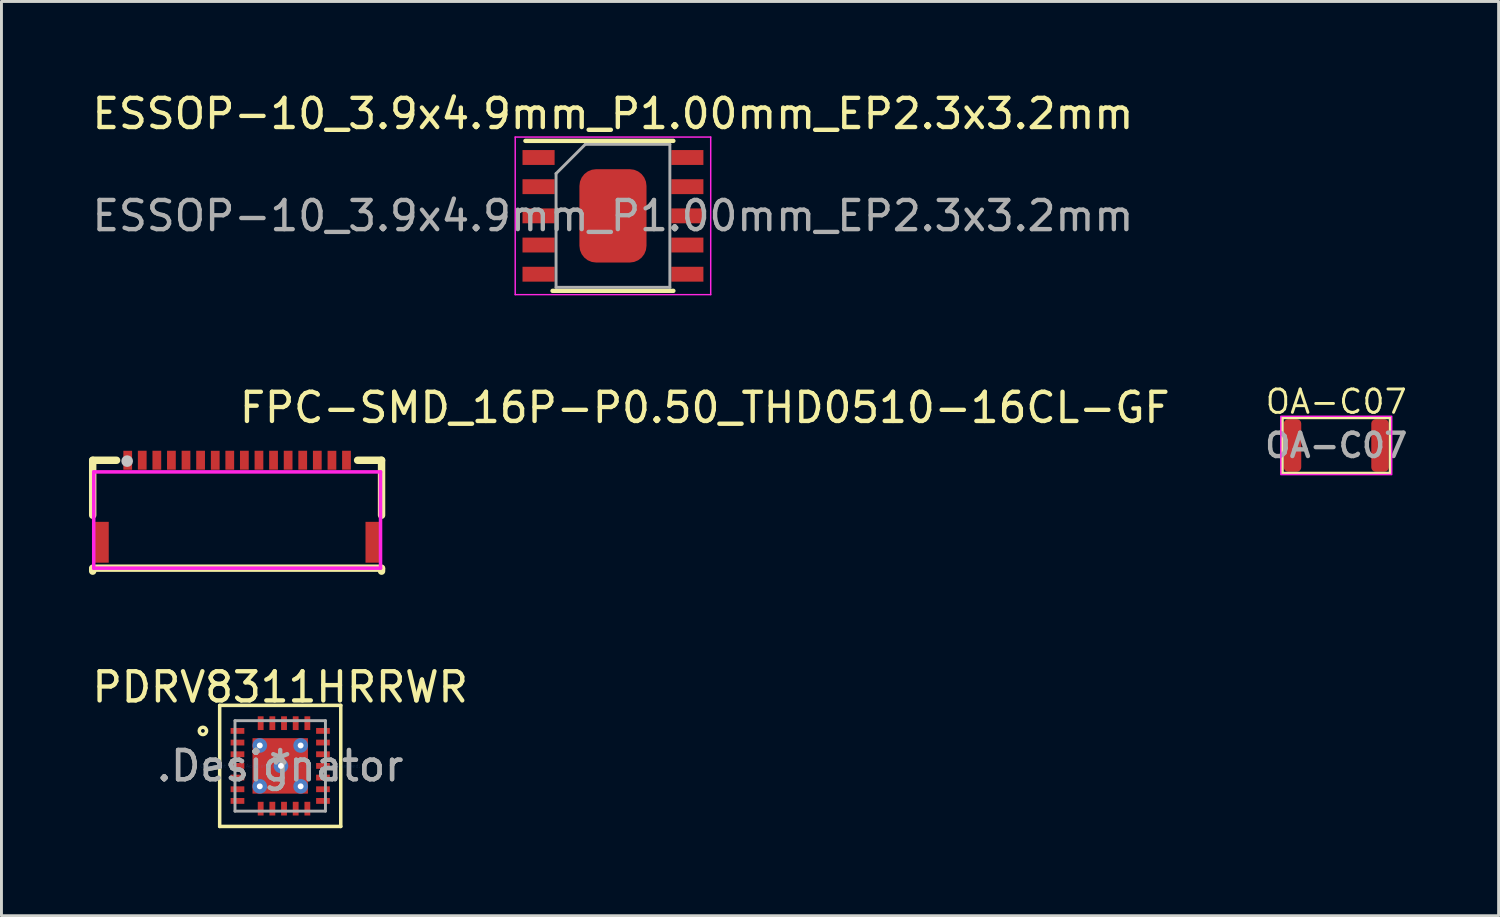
<source format=kicad_pcb>
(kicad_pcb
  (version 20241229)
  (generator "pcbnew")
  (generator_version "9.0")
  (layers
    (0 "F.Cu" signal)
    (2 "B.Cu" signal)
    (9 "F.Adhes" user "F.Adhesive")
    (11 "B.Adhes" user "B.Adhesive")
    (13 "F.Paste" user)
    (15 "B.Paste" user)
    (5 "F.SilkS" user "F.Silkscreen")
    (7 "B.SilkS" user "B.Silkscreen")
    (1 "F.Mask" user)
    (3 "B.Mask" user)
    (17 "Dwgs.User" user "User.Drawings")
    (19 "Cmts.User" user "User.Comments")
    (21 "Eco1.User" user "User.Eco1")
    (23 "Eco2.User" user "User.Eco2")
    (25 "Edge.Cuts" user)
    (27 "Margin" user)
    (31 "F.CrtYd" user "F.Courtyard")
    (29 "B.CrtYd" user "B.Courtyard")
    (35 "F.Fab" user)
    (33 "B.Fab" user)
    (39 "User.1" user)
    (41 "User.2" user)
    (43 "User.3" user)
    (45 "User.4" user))
  (footprint "OA-C07"
    (layer "F.Cu")
    (at 42.748 12.217)
    (property "Reference" "OA-C07" (at 0 -1.5 0) (unlocked yes) (layer "F.SilkS") (effects (font (size 0.8 0.8) (thickness 0.1))))
    (attr smd)
    (fp_rect (start 1.85 -0.95) (end -1.85 0.95) (stroke (width 0.1) (type default)) (fill no) (layer "F.SilkS"))
    (fp_rect (start -1.9 -1) (end 1.9 1) (stroke (width 0.05) (type default)) (fill no) (layer "F.CrtYd"))
    (fp_text user "${REFERENCE}" (at 0 0 0) (unlocked yes) (layer "F.Fab") (effects (font (size 0.8 0.8) (thickness 0.15))))
    (pad "1" smd roundrect (at -1.5 0 180) (size 0.6 1.8) (layers "F.Cu" "F.Mask" "F.Paste") (roundrect_rratio 0.25))
    (pad "2" smd roundrect (at 1.5 0) (size 0.6 1.8) (layers "F.Cu" "F.Mask" "F.Paste") (roundrect_rratio 0.25))
    (zone (net_name "") (layers "F.Cu" "B.Cu") (hatch edge 0.508) (connect_pads) (min_thickness 0.254) (filled_areas_thickness no) (keepout (tracks not_allowed) (vias not_allowed) (pads not_allowed) (copperpour not_allowed) (footprints not_allowed)) (placement (enabled no)) (fill) (polygon (pts (xy 43.748 13.217) (xy 43.748 11.217) (xy 41.748 11.217) (xy 41.748 13.217)))))
  (footprint "ESSOP-10_3.9x4.9mm_P1.00mm_EP2.3x3.2mm"
    (layer "F.Cu")
    (at 17.958 4.348)
    (property "Reference" "ESSOP-10_3.9x4.9mm_P1.00mm_EP2.3x3.2mm" (at 0 -3.5 0) (layer "F.SilkS") (effects (font (size 1 1) (thickness 0.15))))
    (attr smd)
    (fp_line (start -3 -2.57) (end 2.07 -2.57) (stroke (width 0.15) (type solid)) (layer "F.SilkS"))
    (fp_line (start -2.07 2.57) (end 2.07 2.57) (stroke (width 0.15) (type solid)) (layer "F.SilkS"))
    (fp_line (start -3.35 -2.7) (end -3.35 2.7) (stroke (width 0.05) (type solid)) (layer "F.CrtYd"))
    (fp_line (start -3.35 -2.7) (end 3.35 -2.7) (stroke (width 0.05) (type solid)) (layer "F.CrtYd"))
    (fp_line (start -3.35 2.7) (end 3.35 2.7) (stroke (width 0.05) (type solid)) (layer "F.CrtYd"))
    (fp_line (start 3.35 -2.7) (end 3.35 2.7) (stroke (width 0.05) (type solid)) (layer "F.CrtYd"))
    (fp_line (start -1.95 -1.45) (end -0.95 -2.45) (stroke (width 0.1) (type solid)) (layer "F.Fab"))
    (fp_line (start -1.95 2.45) (end -1.95 -1.45) (stroke (width 0.1) (type solid)) (layer "F.Fab"))
    (fp_line (start -0.95 -2.45) (end 1.95 -2.45) (stroke (width 0.1) (type solid)) (layer "F.Fab"))
    (fp_line (start 1.95 -2.45) (end 1.95 2.45) (stroke (width 0.1) (type solid)) (layer "F.Fab"))
    (fp_line (start 1.95 2.45) (end -1.95 2.45) (stroke (width 0.1) (type solid)) (layer "F.Fab"))
    (fp_text user "${REFERENCE}" (at 0 0 0) (layer "F.Fab") (effects (font (size 1 1) (thickness 0.15))))
    (pad "0" smd roundrect (at 0 0) (size 2.3 3.2) (layers "F.Cu" "F.Mask" "F.Paste") (roundrect_rratio 0.25))
    (pad "1" smd rect (at -2.55 -2) (size 1.1 0.51) (layers "F.Cu" "F.Mask" "F.Paste"))
    (pad "2" smd rect (at -2.55 -1) (size 1.1 0.51) (layers "F.Cu" "F.Mask" "F.Paste"))
    (pad "3" smd rect (at -2.55 0) (size 1.1 0.51) (layers "F.Cu" "F.Mask" "F.Paste"))
    (pad "4" smd rect (at -2.55 1) (size 1.1 0.51) (layers "F.Cu" "F.Mask" "F.Paste"))
    (pad "5" smd rect (at -2.55 2) (size 1.1 0.51) (layers "F.Cu" "F.Mask" "F.Paste"))
    (pad "6" smd rect (at 2.55 2) (size 1.1 0.51) (layers "F.Cu" "F.Mask" "F.Paste"))
    (pad "7" smd rect (at 2.55 1) (size 1.1 0.51) (layers "F.Cu" "F.Mask" "F.Paste"))
    (pad "8" smd rect (at 2.55 0) (size 1.1 0.51) (layers "F.Cu" "F.Mask" "F.Paste"))
    (pad "9" smd rect (at 2.55 -1) (size 1.1 0.51) (layers "F.Cu" "F.Mask" "F.Paste"))
    (pad "10" smd rect (at 2.55 -2) (size 1.1 0.51) (layers "F.Cu" "F.Mask" "F.Paste")))
  (footprint "PDRV8311HRRWR"
    (layer "F.Cu")
    (at 6.554 23.2)
    (property "Reference" "PDRV8311HRRWR" (at 0 -2.7 0) (layer "F.SilkS") (effects (font (size 1 1) (thickness 0.15))))
    (attr through_hole)
    (fp_line (start -2.075 -2.075) (end 2.075 -2.075) (stroke (width 0.12) (type solid)) (layer "F.SilkS"))
    (fp_line (start -2.075 2.075) (end -2.075 -2.075) (stroke (width 0.12) (type solid)) (layer "F.SilkS"))
    (fp_line (start -2.075 2.075) (end 2.075 2.075) (stroke (width 0.12) (type solid)) (layer "F.SilkS"))
    (fp_line (start 2.075 2.075) (end 2.075 -2.075) (stroke (width 0.12) (type solid)) (layer "F.SilkS"))
    (fp_circle (center -2.65 -1.2) (end -2.525 -1.2) (stroke (width 0.12) (type solid)) (fill no) (layer "F.SilkS"))
    (fp_poly (pts (xy -0.855 0.805) (xy -0.855 -0.805) (xy -0.805 -0.855) (xy 0.805 -0.855) (xy 0.855 -0.805) (xy 0.855 0.805) (xy 0.805 0.855) (xy -0.805 0.855)) (stroke (width 0.1) (type solid)) (fill yes) (layer "F.Paste"))
    (fp_line (start -1.55 -1.55) (end 1.55 -1.55) (stroke (width 0.1) (type solid)) (layer "F.Fab"))
    (fp_line (start -1.55 1.55) (end -1.55 -1.55) (stroke (width 0.1) (type solid)) (layer "F.Fab"))
    (fp_line (start -1.55 1.55) (end 1.55 1.55) (stroke (width 0.1) (type solid)) (layer "F.Fab"))
    (fp_line (start 1.55 1.55) (end 1.55 -1.55) (stroke (width 0.1) (type solid)) (layer "F.Fab"))
    (fp_text user "Copyright 2021 Accelerated Designs. All rights reserved." (at 0 0 0) (layer "Cmts.User") (effects (font (size 0.127 0.127) (thickness 0.002))))
    (fp_text user ".Designator" (at 0 0 0) (layer "F.Fab") (effects (font (size 1 1) (thickness 0.15))))
    (fp_text user "*" (at 0 0 0) (layer "F.Fab") (effects (font (size 1 1) (thickness 0.15))))
    (fp_text user ".Designator" (at 0 0 0) (layer "F.Fab") (effects (font (size 1 1) (thickness 0.15))))
    (pad "1" smd rect (at -1.465 -1.2 90) (size 0.2 0.47) (layers "F.Cu" "F.Mask" "F.Paste"))
    (pad "2" smd rect (at -1.465 -0.8 90) (size 0.2 0.47) (layers "F.Cu" "F.Mask" "F.Paste"))
    (pad "3" smd rect (at -1.465 -0.4 90) (size 0.2 0.47) (layers "F.Cu" "F.Mask" "F.Paste"))
    (pad "4" smd rect (at -1.465 0 90) (size 0.2 0.47) (layers "F.Cu" "F.Mask" "F.Paste"))
    (pad "5" smd rect (at -1.465 0.4 90) (size 0.2 0.47) (layers "F.Cu" "F.Mask" "F.Paste"))
    (pad "6" smd rect (at -1.465 0.8 90) (size 0.2 0.47) (layers "F.Cu" "F.Mask" "F.Paste"))
    (pad "7" smd rect (at -1.465 1.2 90) (size 0.2 0.47) (layers "F.Cu" "F.Mask" "F.Paste"))
    (pad "8" smd rect (at -0.67 1.465) (size 0.2 0.47) (layers "F.Cu" "F.Mask" "F.Paste"))
    (pad "9" smd rect (at -0.27 1.465) (size 0.2 0.47) (layers "F.Cu" "F.Mask" "F.Paste"))
    (pad "10" smd rect (at 0.13 1.465) (size 0.2 0.47) (layers "F.Cu" "F.Mask" "F.Paste"))
    (pad "11" smd rect (at 0.53 1.465) (size 0.2 0.47) (layers "F.Cu" "F.Mask" "F.Paste"))
    (pad "12" smd rect (at 0.93 1.465) (size 0.2 0.47) (layers "F.Cu" "F.Mask" "F.Paste"))
    (pad "13" smd rect (at 1.465 1.2 90) (size 0.2 0.47) (layers "F.Cu" "F.Mask" "F.Paste"))
    (pad "14" smd rect (at 1.465 0.8 90) (size 0.2 0.47) (layers "F.Cu" "F.Mask" "F.Paste"))
    (pad "15" smd rect (at 1.465 0.4 90) (size 0.2 0.47) (layers "F.Cu" "F.Mask" "F.Paste"))
    (pad "16" smd rect (at 1.465 0 90) (size 0.2 0.47) (layers "F.Cu" "F.Mask" "F.Paste"))
    (pad "17" smd rect (at 1.465 -0.4 90) (size 0.2 0.47) (layers "F.Cu" "F.Mask" "F.Paste"))
    (pad "18" smd rect (at 1.465 -0.8 90) (size 0.2 0.47) (layers "F.Cu" "F.Mask" "F.Paste"))
    (pad "19" smd rect (at 1.465 -1.2 90) (size 0.2 0.47) (layers "F.Cu" "F.Mask" "F.Paste"))
    (pad "20" smd rect (at 0.93 -1.465) (size 0.2 0.47) (layers "F.Cu" "F.Mask" "F.Paste"))
    (pad "21" smd rect (at 0.53 -1.465) (size 0.2 0.47) (layers "F.Cu" "F.Mask" "F.Paste"))
    (pad "22" smd rect (at 0.13 -1.465) (size 0.2 0.47) (layers "F.Cu" "F.Mask" "F.Paste"))
    (pad "23" smd rect (at -0.27 -1.465) (size 0.2 0.47) (layers "F.Cu" "F.Mask" "F.Paste"))
    (pad "24" smd rect (at -0.67 -1.465) (size 0.2 0.47) (layers "F.Cu" "F.Mask" "F.Paste"))
    (pad "25" smd rect (at 0 0) (size 1.9 1.9) (layers "F.Cu" "F.Mask"))
    (pad "26" thru_hole circle (at -0.7 0.7) (size 0.5 0.5) (drill 0.203) (layers "*.Cu" "*.Mask"))
    (pad "27" thru_hole circle (at 0.7 0.7) (size 0.5 0.5) (drill 0.203) (layers "*.Cu" "*.Mask"))
    (pad "28" thru_hole circle (at -0.7 -0.7) (size 0.5 0.5) (drill 0.203) (layers "*.Cu" "*.Mask"))
    (pad "29" thru_hole circle (at 0.7 -0.7) (size 0.5 0.5) (drill 0.203) (layers "*.Cu" "*.Mask"))
    (pad "30" thru_hole circle (at 0.025 0) (size 0.5 0.5) (drill 0.203) (layers "*.Cu" "*.Mask")))
  (footprint "FPC-SMD_16P-P0.50_THD0510-16CL-GF"
    (layer "F.Cu")
    (at 5.077 14.129)
    (property "Reference" "FPC-SMD_16P-P0.50_THD0510-16CL-GF" (at 0 -3.207 0) (layer "F.SilkS") (effects (font (size 1 1) (thickness 0.15)) (justify left)))
    (attr through_hole)
    (fp_line (start -4.95 -1.404) (end -4.95 0.48) (stroke (width 0.254) (type solid)) (layer "F.SilkS"))
    (fp_line (start -4.95 -1.404) (end -4.131 -1.404) (stroke (width 0.254) (type solid)) (layer "F.SilkS"))
    (fp_line (start -4.95 2.294) (end 4.95 2.294) (stroke (width 0.254) (type solid)) (layer "F.SilkS"))
    (fp_line (start -4.95 2.331) (end -4.95 2.396) (stroke (width 0.254) (type solid)) (layer "F.SilkS"))
    (fp_line (start 4.129 -1.404) (end 4.95 -1.404) (stroke (width 0.254) (type solid)) (layer "F.SilkS"))
    (fp_line (start 4.95 -1.404) (end 4.95 0.48) (stroke (width 0.254) (type solid)) (layer "F.SilkS"))
    (fp_line (start 4.95 2.331) (end 4.95 2.396) (stroke (width 0.254) (type solid)) (layer "F.SilkS"))
    (fp_circle (center -3.769 -1.375) (end -3.669 -1.375) (stroke (width 0.2) (type solid)) (fill no) (layer "Dwgs.User"))
    (fp_circle (center -4.915 -1.506) (end -4.885 -1.506) (stroke (width 0.06) (type solid)) (fill no) (layer "Eco2.User"))
    (fp_poly (pts (xy -4.605 1.394) (xy -4.485 1.394) (xy -4.485 1.894) (xy -4.605 1.894)) (stroke (width 0.12) (type solid)) (fill no) (layer "Eco2.User"))
    (fp_poly (pts (xy -3.825 -1.506) (xy -3.675 -1.506) (xy -3.675 -0.906) (xy -3.825 -0.906)) (stroke (width 0.12) (type solid)) (fill no) (layer "Eco2.User"))
    (fp_poly (pts (xy -3.327 -1.506) (xy -3.177 -1.506) (xy -3.177 -0.906) (xy -3.327 -0.906)) (stroke (width 0.12) (type solid)) (fill no) (layer "Eco2.User"))
    (fp_poly (pts (xy -2.827 -1.506) (xy -2.677 -1.506) (xy -2.677 -0.906) (xy -2.827 -0.906)) (stroke (width 0.12) (type solid)) (fill no) (layer "Eco2.User"))
    (fp_poly (pts (xy -2.327 -1.506) (xy -2.177 -1.506) (xy -2.177 -0.906) (xy -2.327 -0.906)) (stroke (width 0.12) (type solid)) (fill no) (layer "Eco2.User"))
    (fp_poly (pts (xy -1.827 -1.506) (xy -1.677 -1.506) (xy -1.677 -0.906) (xy -1.827 -0.906)) (stroke (width 0.12) (type solid)) (fill no) (layer "Eco2.User"))
    (fp_poly (pts (xy -1.327 -1.506) (xy -1.177 -1.506) (xy -1.177 -0.906) (xy -1.327 -0.906)) (stroke (width 0.12) (type solid)) (fill no) (layer "Eco2.User"))
    (fp_poly (pts (xy -0.825 -1.506) (xy -0.675 -1.506) (xy -0.675 -0.906) (xy -0.825 -0.906)) (stroke (width 0.12) (type solid)) (fill no) (layer "Eco2.User"))
    (fp_poly (pts (xy -0.327 -1.506) (xy -0.177 -1.506) (xy -0.177 -0.906) (xy -0.327 -0.906)) (stroke (width 0.12) (type solid)) (fill no) (layer "Eco2.User"))
    (fp_poly (pts (xy 0.173 -1.506) (xy 0.323 -1.506) (xy 0.323 -0.906) (xy 0.173 -0.906)) (stroke (width 0.12) (type solid)) (fill no) (layer "Eco2.User"))
    (fp_poly (pts (xy 0.673 -1.506) (xy 0.823 -1.506) (xy 0.823 -0.906) (xy 0.673 -0.906)) (stroke (width 0.12) (type solid)) (fill no) (layer "Eco2.User"))
    (fp_poly (pts (xy 1.173 -1.506) (xy 1.323 -1.506) (xy 1.323 -0.906) (xy 1.173 -0.906)) (stroke (width 0.12) (type solid)) (fill no) (layer "Eco2.User"))
    (fp_poly (pts (xy 1.673 -1.506) (xy 1.823 -1.506) (xy 1.823 -0.906) (xy 1.673 -0.906)) (stroke (width 0.12) (type solid)) (fill no) (layer "Eco2.User"))
    (fp_poly (pts (xy 2.173 -1.506) (xy 2.323 -1.506) (xy 2.323 -0.906) (xy 2.173 -0.906)) (stroke (width 0.12) (type solid)) (fill no) (layer "Eco2.User"))
    (fp_poly (pts (xy 2.673 -1.506) (xy 2.823 -1.506) (xy 2.823 -0.906) (xy 2.673 -0.906)) (stroke (width 0.12) (type solid)) (fill no) (layer "Eco2.User"))
    (fp_poly (pts (xy 3.175 -1.506) (xy 3.325 -1.506) (xy 3.325 -0.906) (xy 3.175 -0.906)) (stroke (width 0.12) (type solid)) (fill no) (layer "Eco2.User"))
    (fp_poly (pts (xy 3.673 -1.506) (xy 3.823 -1.506) (xy 3.823 -0.906) (xy 3.673 -0.906)) (stroke (width 0.12) (type solid)) (fill no) (layer "Eco2.User"))
    (fp_poly (pts (xy 4.485 1.394) (xy 4.605 1.394) (xy 4.605 1.894) (xy 4.485 1.894)) (stroke (width 0.12) (type solid)) (fill no) (layer "Eco2.User"))
    (fp_line (start -4.915 -1.006) (end 4.915 -1.006) (stroke (width 0.12) (type solid)) (layer "F.CrtYd"))
    (fp_line (start -4.915 2.294) (end -4.915 -1.006) (stroke (width 0.12) (type solid)) (layer "F.CrtYd"))
    (fp_line (start 4.915 -1.006) (end 4.915 2.294) (stroke (width 0.12) (type solid)) (layer "F.CrtYd"))
    (fp_line (start 4.915 2.294) (end -4.915 2.294) (stroke (width 0.12) (type solid)) (layer "F.CrtYd"))
    (pad "1" smd rect (at -3.75 -1.404) (size 0.3 0.65) (layers "F.Cu" "F.Mask" "F.Paste"))
    (pad "2" smd rect (at -3.252 -1.406) (size 0.3 0.65) (layers "F.Cu" "F.Mask" "F.Paste"))
    (pad "3" smd rect (at -2.752 -1.406) (size 0.3 0.65) (layers "F.Cu" "F.Mask" "F.Paste"))
    (pad "4" smd rect (at -2.252 -1.406) (size 0.3 0.65) (layers "F.Cu" "F.Mask" "F.Paste"))
    (pad "5" smd rect (at -1.752 -1.406) (size 0.3 0.65) (layers "F.Cu" "F.Mask" "F.Paste"))
    (pad "6" smd rect (at -1.252 -1.406) (size 0.3 0.65) (layers "F.Cu" "F.Mask" "F.Paste"))
    (pad "7" smd rect (at -0.75 -1.404) (size 0.3 0.65) (layers "F.Cu" "F.Mask" "F.Paste"))
    (pad "8" smd rect (at -0.252 -1.406) (size 0.3 0.65) (layers "F.Cu" "F.Mask" "F.Paste"))
    (pad "9" smd rect (at 0.248 -1.406) (size 0.3 0.65) (layers "F.Cu" "F.Mask" "F.Paste"))
    (pad "10" smd rect (at 0.748 -1.406) (size 0.3 0.65) (layers "F.Cu" "F.Mask" "F.Paste"))
    (pad "11" smd rect (at 1.248 -1.406) (size 0.3 0.65) (layers "F.Cu" "F.Mask" "F.Paste"))
    (pad "12" smd rect (at 1.748 -1.406) (size 0.3 0.65) (layers "F.Cu" "F.Mask" "F.Paste"))
    (pad "13" smd rect (at 2.248 -1.406) (size 0.3 0.65) (layers "F.Cu" "F.Mask" "F.Paste"))
    (pad "14" smd rect (at 2.748 -1.406) (size 0.3 0.65) (layers "F.Cu" "F.Mask" "F.Paste"))
    (pad "15" smd rect (at 3.25 -1.404) (size 0.3 0.65) (layers "F.Cu" "F.Mask" "F.Paste"))
    (pad "16" smd rect (at 3.748 -1.406) (size 0.3 0.65) (layers "F.Cu" "F.Mask" "F.Paste"))
    (pad "17" smd rect (at 4.65 1.406) (size 0.5 1.4) (layers "F.Cu" "F.Mask" "F.Paste"))
    (pad "18" smd rect (at -4.65 1.406) (size 0.5 1.4) (layers "F.Cu" "F.Mask" "F.Paste")))
  (gr_rect
    (start -3 -3)
    (end 48.312 28.335)
    (stroke (width 0.1) (type default))
    (fill no)
    (layer "Edge.Cuts")))
</source>
